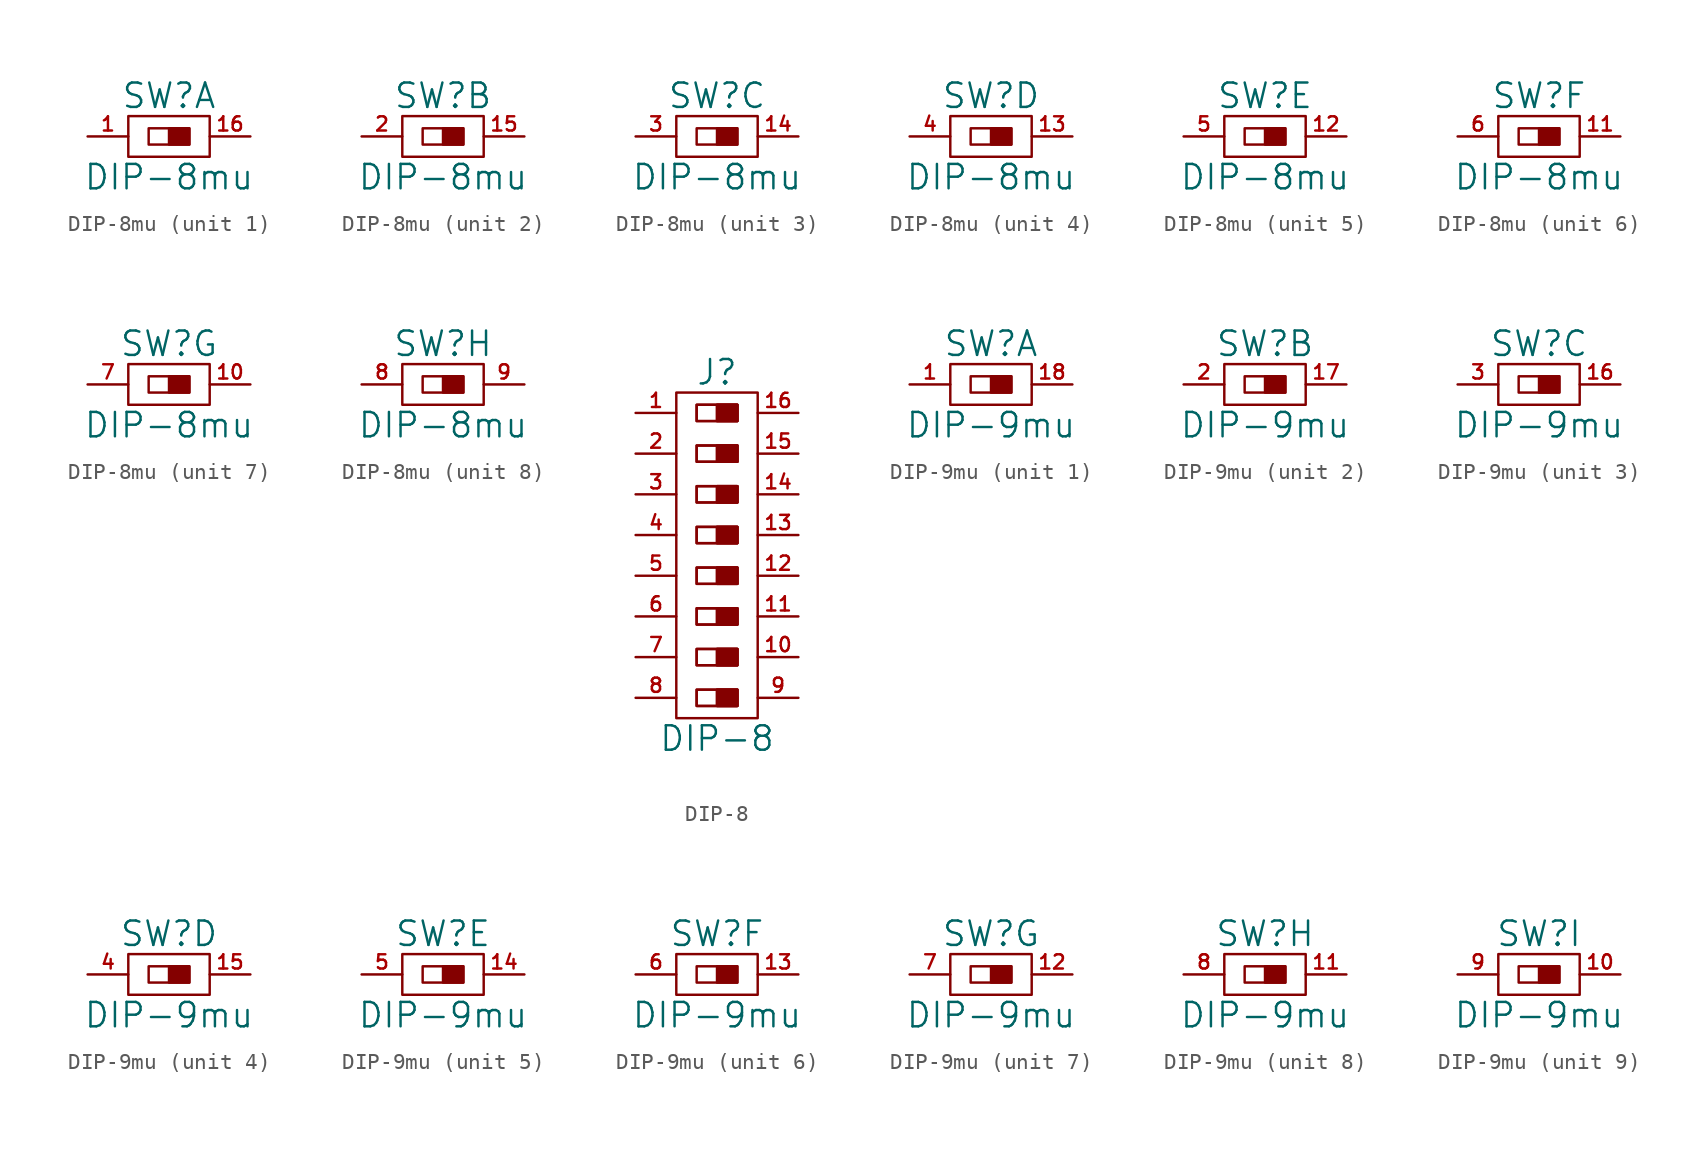
<source format=kicad_sym>
(kicad_symbol_lib
  (version 20220914)
  (generator kicad_symbol_editor)
  (symbol "DIP-8mu"
    (pin_names
      (offset 0))
    (property "Reference" "SW"
      (at 0 2.54 0)
      (effects (font (size 1.524 1.524))))
    (property "Value" "DIP-8mu"
      (at 0 -2.54 0)
      (effects (font (size 1.524 1.524))))
    (property "Footprint" ""
      (at 0 -1.27 0)
      (effects (font (size 1.524 1.524))))
    (property "Datasheet" ""
      (at 0 0 0)
      (effects (font (size 1.524 1.524))))
    (property "ki_locked" ""
      (at 0 0 0)
      (effects (font (size 1.27 1.27))))
    (symbol "DIP-8mu_0_1"
      (rectangle (start -1.27 0.508) (end 1.27 -0.508) (stroke (width 0) (type solid)) (fill (type none)))
      (rectangle (start 0 0.508) (end 1.27 -0.508) (stroke (width 0) (type solid)) (fill (type outline)))
      (rectangle (start 2.54 1.27) (end -2.54 -1.27) (stroke (width 0) (type solid)) (fill (type none))))
    (symbol "DIP-8mu_1_1"
      (pin passive line (at -5.08 0 0) (length 2.54) (name "~" (effects (font (size 1.27 1.27)))) (number "1" (effects (font (size 0.889 0.889)))))
      (pin passive line (at 5.08 0 180) (length 2.54) (name "~" (effects (font (size 1.27 1.27)))) (number "16" (effects (font (size 0.889 0.889))))))
    (symbol "DIP-8mu_2_1"
      (pin passive line (at 5.08 0 180) (length 2.54) (name "~" (effects (font (size 1.27 1.27)))) (number "15" (effects (font (size 0.889 0.889)))))
      (pin passive line (at -5.08 0 0) (length 2.54) (name "~" (effects (font (size 1.27 1.27)))) (number "2" (effects (font (size 0.889 0.889))))))
    (symbol "DIP-8mu_3_1"
      (pin passive line (at 5.08 0 180) (length 2.54) (name "~" (effects (font (size 1.27 1.27)))) (number "14" (effects (font (size 0.889 0.889)))))
      (pin passive line (at -5.08 0 0) (length 2.54) (name "~" (effects (font (size 1.27 1.27)))) (number "3" (effects (font (size 0.889 0.889))))))
    (symbol "DIP-8mu_4_1"
      (pin passive line (at 5.08 0 180) (length 2.54) (name "~" (effects (font (size 1.27 1.27)))) (number "13" (effects (font (size 0.889 0.889)))))
      (pin passive line (at -5.08 0 0) (length 2.54) (name "~" (effects (font (size 1.27 1.27)))) (number "4" (effects (font (size 0.889 0.889))))))
    (symbol "DIP-8mu_5_1"
      (pin passive line (at 5.08 0 180) (length 2.54) (name "~" (effects (font (size 1.27 1.27)))) (number "12" (effects (font (size 0.889 0.889)))))
      (pin passive line (at -5.08 0 0) (length 2.54) (name "~" (effects (font (size 1.27 1.27)))) (number "5" (effects (font (size 0.889 0.889))))))
    (symbol "DIP-8mu_6_1"
      (pin passive line (at 5.08 0 180) (length 2.54) (name "~" (effects (font (size 1.27 1.27)))) (number "11" (effects (font (size 0.889 0.889)))))
      (pin passive line (at -5.08 0 0) (length 2.54) (name "~" (effects (font (size 1.27 1.27)))) (number "6" (effects (font (size 0.889 0.889))))))
    (symbol "DIP-8mu_7_1"
      (pin passive line (at 5.08 0 180) (length 2.54) (name "~" (effects (font (size 1.27 1.27)))) (number "10" (effects (font (size 0.889 0.889)))))
      (pin passive line (at -5.08 0 0) (length 2.54) (name "~" (effects (font (size 1.27 1.27)))) (number "7" (effects (font (size 0.889 0.889))))))
    (symbol "DIP-8mu_8_1"
      (pin passive line (at -5.08 0 0) (length 2.54) (name "~" (effects (font (size 1.27 1.27)))) (number "8" (effects (font (size 0.889 0.889)))))
      (pin passive line (at 5.08 0 180) (length 2.54) (name "~" (effects (font (size 1.27 1.27)))) (number "9" (effects (font (size 0.889 0.889)))))))
  (symbol "DIP-8"
    (pin_names
      (offset 0))
    (property "Reference" "J"
      (at 0 11.43 0)
      (effects (font (size 1.524 1.524))))
    (property "Value" "DIP-8"
      (at 0 -11.43 0)
      (effects (font (size 1.524 1.524))))
    (property "Footprint" ""
      (at 0 5.08 0)
      (effects (font (size 1.524 1.524))))
    (property "Datasheet" ""
      (at 0 0 0)
      (effects (font (size 1.524 1.524))))
    (symbol "DIP-8_0_1"
      (rectangle (start -1.27 -8.382) (end 1.27 -9.398) (stroke (width 0) (type solid)) (fill (type none)))
      (rectangle (start -1.27 -8.382) (end 1.27 -9.398) (stroke (width 0) (type solid)) (fill (type none)))
      (rectangle (start -1.27 -5.842) (end 1.27 -6.858) (stroke (width 0) (type solid)) (fill (type none)))
      (rectangle (start -1.27 -5.842) (end 1.27 -6.858) (stroke (width 0) (type solid)) (fill (type none)))
      (rectangle (start -1.27 -3.302) (end 1.27 -4.318) (stroke (width 0) (type solid)) (fill (type none)))
      (rectangle (start -1.27 -3.302) (end 1.27 -4.318) (stroke (width 0) (type solid)) (fill (type none)))
      (rectangle (start -1.27 -0.762) (end 1.27 -1.778) (stroke (width 0) (type solid)) (fill (type none)))
      (rectangle (start -1.27 -0.762) (end 1.27 -1.778) (stroke (width 0) (type solid)) (fill (type none)))
      (rectangle (start -1.27 1.778) (end 1.27 0.762) (stroke (width 0) (type solid)) (fill (type none)))
      (rectangle (start -1.27 1.778) (end 1.27 0.762) (stroke (width 0) (type solid)) (fill (type none)))
      (rectangle (start -1.27 4.318) (end 1.27 3.302) (stroke (width 0) (type solid)) (fill (type none)))
      (rectangle (start -1.27 4.318) (end 1.27 3.302) (stroke (width 0) (type solid)) (fill (type none)))
      (rectangle (start -1.27 6.858) (end 1.27 5.842) (stroke (width 0) (type solid)) (fill (type none)))
      (rectangle (start -1.27 6.858) (end 1.27 5.842) (stroke (width 0) (type solid)) (fill (type none)))
      (rectangle (start -1.27 9.398) (end 1.27 8.382) (stroke (width 0) (type solid)) (fill (type none)))
      (rectangle (start -1.27 9.398) (end 1.27 8.382) (stroke (width 0) (type solid)) (fill (type none)))
      (rectangle (start 0 -8.382) (end 1.27 -9.398) (stroke (width 0) (type solid)) (fill (type outline)))
      (rectangle (start 0 -8.382) (end 1.27 -9.398) (stroke (width 0) (type solid)) (fill (type outline)))
      (rectangle (start 0 -5.842) (end 1.27 -6.858) (stroke (width 0) (type solid)) (fill (type outline)))
      (rectangle (start 0 -5.842) (end 1.27 -6.858) (stroke (width 0) (type solid)) (fill (type outline)))
      (rectangle (start 0 -3.302) (end 1.27 -4.318) (stroke (width 0) (type solid)) (fill (type outline)))
      (rectangle (start 0 -3.302) (end 1.27 -4.318) (stroke (width 0) (type solid)) (fill (type outline)))
      (rectangle (start 0 -0.762) (end 1.27 -1.778) (stroke (width 0) (type solid)) (fill (type outline)))
      (rectangle (start 0 -0.762) (end 1.27 -1.778) (stroke (width 0) (type solid)) (fill (type outline)))
      (rectangle (start 0 1.778) (end 1.27 0.762) (stroke (width 0) (type solid)) (fill (type outline)))
      (rectangle (start 0 1.778) (end 1.27 0.762) (stroke (width 0) (type solid)) (fill (type outline)))
      (rectangle (start 0 4.318) (end 1.27 3.302) (stroke (width 0) (type solid)) (fill (type outline)))
      (rectangle (start 0 4.318) (end 1.27 3.302) (stroke (width 0) (type solid)) (fill (type outline)))
      (rectangle (start 0 6.858) (end 1.27 5.842) (stroke (width 0) (type solid)) (fill (type outline)))
      (rectangle (start 0 6.858) (end 1.27 5.842) (stroke (width 0) (type solid)) (fill (type outline)))
      (rectangle (start 0 9.398) (end 1.27 8.382) (stroke (width 0) (type solid)) (fill (type outline)))
      (rectangle (start 0 9.398) (end 1.27 8.382) (stroke (width 0) (type solid)) (fill (type outline)))
      (rectangle (start 2.54 10.16) (end -2.54 -10.16) (stroke (width 0) (type solid)) (fill (type none))))
    (symbol "DIP-8_1_1"
      (pin passive line (at -5.08 8.89 0) (length 2.54) (name "~" (effects (font (size 1.27 1.27)))) (number "1" (effects (font (size 0.889 0.889)))))
      (pin passive line (at 5.08 -6.35 180) (length 2.54) (name "~" (effects (font (size 1.27 1.27)))) (number "10" (effects (font (size 0.889 0.889)))))
      (pin passive line (at 5.08 -3.81 180) (length 2.54) (name "~" (effects (font (size 1.27 1.27)))) (number "11" (effects (font (size 0.889 0.889)))))
      (pin passive line (at 5.08 -1.27 180) (length 2.54) (name "~" (effects (font (size 1.27 1.27)))) (number "12" (effects (font (size 0.889 0.889)))))
      (pin passive line (at 5.08 1.27 180) (length 2.54) (name "~" (effects (font (size 1.27 1.27)))) (number "13" (effects (font (size 0.889 0.889)))))
      (pin passive line (at 5.08 3.81 180) (length 2.54) (name "~" (effects (font (size 1.27 1.27)))) (number "14" (effects (font (size 0.889 0.889)))))
      (pin passive line (at 5.08 6.35 180) (length 2.54) (name "~" (effects (font (size 1.27 1.27)))) (number "15" (effects (font (size 0.889 0.889)))))
      (pin passive line (at 5.08 8.89 180) (length 2.54) (name "~" (effects (font (size 1.27 1.27)))) (number "16" (effects (font (size 0.889 0.889)))))
      (pin passive line (at -5.08 6.35 0) (length 2.54) (name "~" (effects (font (size 1.27 1.27)))) (number "2" (effects (font (size 0.889 0.889)))))
      (pin passive line (at -5.08 3.81 0) (length 2.54) (name "~" (effects (font (size 1.27 1.27)))) (number "3" (effects (font (size 0.889 0.889)))))
      (pin passive line (at -5.08 1.27 0) (length 2.54) (name "~" (effects (font (size 1.27 1.27)))) (number "4" (effects (font (size 0.889 0.889)))))
      (pin passive line (at -5.08 -1.27 0) (length 2.54) (name "~" (effects (font (size 1.27 1.27)))) (number "5" (effects (font (size 0.889 0.889)))))
      (pin passive line (at -5.08 -3.81 0) (length 2.54) (name "~" (effects (font (size 1.27 1.27)))) (number "6" (effects (font (size 0.889 0.889)))))
      (pin passive line (at -5.08 -6.35 0) (length 2.54) (name "~" (effects (font (size 1.27 1.27)))) (number "7" (effects (font (size 0.889 0.889)))))
      (pin passive line (at -5.08 -8.89 0) (length 2.54) (name "~" (effects (font (size 1.27 1.27)))) (number "8" (effects (font (size 0.889 0.889)))))
      (pin passive line (at 5.08 -8.89 180) (length 2.54) (name "~" (effects (font (size 1.27 1.27)))) (number "9" (effects (font (size 0.889 0.889)))))))
  (symbol "DIP-9mu"
    (pin_names
      (offset 0))
    (property "Reference" "SW"
      (at 0 2.54 0)
      (effects (font (size 1.524 1.524))))
    (property "Value" "DIP-9mu"
      (at 0 -2.54 0)
      (effects (font (size 1.524 1.524))))
    (property "Footprint" ""
      (at 0 -1.27 0)
      (effects (font (size 1.524 1.524))))
    (property "Datasheet" ""
      (at 0 0 0)
      (effects (font (size 1.524 1.524))))
    (property "ki_locked" ""
      (at 0 0 0)
      (effects (font (size 1.27 1.27))))
    (symbol "DIP-9mu_0_1"
      (rectangle (start -1.27 0.508) (end 1.27 -0.508) (stroke (width 0) (type solid)) (fill (type none)))
      (rectangle (start 0 0.508) (end 1.27 -0.508) (stroke (width 0) (type solid)) (fill (type outline)))
      (rectangle (start 2.54 1.27) (end -2.54 -1.27) (stroke (width 0) (type solid)) (fill (type none))))
    (symbol "DIP-9mu_1_1"
      (pin passive line (at -5.08 0 0) (length 2.54) (name "~" (effects (font (size 1.27 1.27)))) (number "1" (effects (font (size 0.889 0.889)))))
      (pin passive line (at 5.08 0 180) (length 2.54) (name "~" (effects (font (size 1.27 1.27)))) (number "18" (effects (font (size 0.889 0.889))))))
    (symbol "DIP-9mu_2_1"
      (pin passive line (at 5.08 0 180) (length 2.54) (name "~" (effects (font (size 1.27 1.27)))) (number "17" (effects (font (size 0.889 0.889)))))
      (pin passive line (at -5.08 0 0) (length 2.54) (name "~" (effects (font (size 1.27 1.27)))) (number "2" (effects (font (size 0.889 0.889))))))
    (symbol "DIP-9mu_3_1"
      (pin passive line (at 5.08 0 180) (length 2.54) (name "~" (effects (font (size 1.27 1.27)))) (number "16" (effects (font (size 0.889 0.889)))))
      (pin passive line (at -5.08 0 0) (length 2.54) (name "~" (effects (font (size 1.27 1.27)))) (number "3" (effects (font (size 0.889 0.889))))))
    (symbol "DIP-9mu_4_1"
      (pin passive line (at 5.08 0 180) (length 2.54) (name "~" (effects (font (size 1.27 1.27)))) (number "15" (effects (font (size 0.889 0.889)))))
      (pin passive line (at -5.08 0 0) (length 2.54) (name "~" (effects (font (size 1.27 1.27)))) (number "4" (effects (font (size 0.889 0.889))))))
    (symbol "DIP-9mu_5_1"
      (pin passive line (at 5.08 0 180) (length 2.54) (name "~" (effects (font (size 1.27 1.27)))) (number "14" (effects (font (size 0.889 0.889)))))
      (pin passive line (at -5.08 0 0) (length 2.54) (name "~" (effects (font (size 1.27 1.27)))) (number "5" (effects (font (size 0.889 0.889))))))
    (symbol "DIP-9mu_6_1"
      (pin passive line (at 5.08 0 180) (length 2.54) (name "~" (effects (font (size 1.27 1.27)))) (number "13" (effects (font (size 0.889 0.889)))))
      (pin passive line (at -5.08 0 0) (length 2.54) (name "~" (effects (font (size 1.27 1.27)))) (number "6" (effects (font (size 0.889 0.889))))))
    (symbol "DIP-9mu_7_1"
      (pin passive line (at 5.08 0 180) (length 2.54) (name "~" (effects (font (size 1.27 1.27)))) (number "12" (effects (font (size 0.889 0.889)))))
      (pin passive line (at -5.08 0 0) (length 2.54) (name "~" (effects (font (size 1.27 1.27)))) (number "7" (effects (font (size 0.889 0.889))))))
    (symbol "DIP-9mu_8_1"
      (pin passive line (at 5.08 0 180) (length 2.54) (name "~" (effects (font (size 1.27 1.27)))) (number "11" (effects (font (size 0.889 0.889)))))
      (pin passive line (at -5.08 0 0) (length 2.54) (name "~" (effects (font (size 1.27 1.27)))) (number "8" (effects (font (size 0.889 0.889))))))
    (symbol "DIP-9mu_9_1"
      (pin passive line (at 5.08 0 180) (length 2.54) (name "~" (effects (font (size 1.27 1.27)))) (number "10" (effects (font (size 0.889 0.889)))))
      (pin passive line (at -5.08 0 0) (length 2.54) (name "~" (effects (font (size 1.27 1.27)))) (number "9" (effects (font (size 0.889 0.889))))))))
</source>
